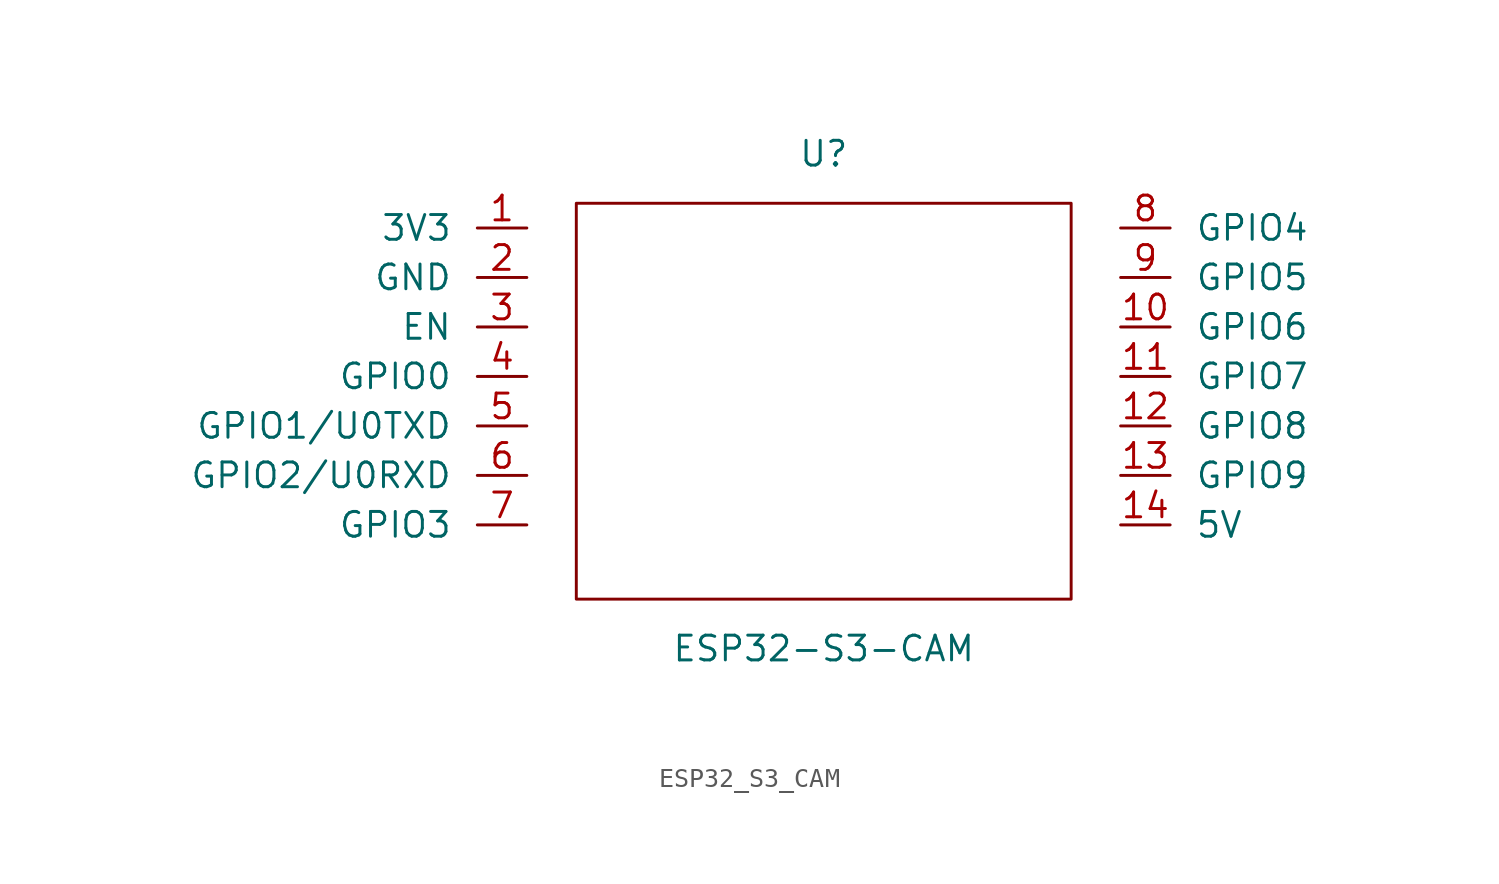
<source format=kicad_sym>
(kicad_symbol_lib
  (version 20211014)
  (generator "ChatGPT-APS")
  (symbol "ESP32_S3_CAM"
    (pin_names
      (offset 1.27))
    (property "Reference" "U"
      (at 0 12.7 0)
      (effects (font (size 1.27 1.27))))
    (property "Value" "ESP32-S3-CAM"
      (at 0 -12.7 0)
      (effects (font (size 1.27 1.27))))
    (property "Footprint" ""
      (at 0 -15.24 0)
      (effects (font (size 1.27 1.27))))
    (symbol "ESP32_S3_CAM_0_1"
      (rectangle (start -12.7 10.16) (end 12.7 -10.16) (stroke (width 0.15) (type default)) (fill (type none)))
      (pin input line (at -15.24 8.89 180) (length 2.54) (name "3V3") (number "1"))
      (pin input line (at -15.24 6.35 180) (length 2.54) (name "GND") (number "2"))
      (pin input line (at -15.24 3.81 180) (length 2.54) (name "EN") (number "3"))
      (pin input line (at -15.24 1.27 180) (length 2.54) (name "GPIO0") (number "4"))
      (pin input line (at -15.24 -1.27 180) (length 2.54) (name "GPIO1/U0TXD") (number "5"))
      (pin input line (at -15.24 -3.81 180) (length 2.54) (name "GPIO2/U0RXD") (number "6"))
      (pin input line (at -15.24 -6.35 180) (length 2.54) (name "GPIO3") (number "7"))
      (pin input line (at 15.24 8.89 0) (length 2.54) (name "GPIO4") (number "8"))
      (pin input line (at 15.24 6.35 0) (length 2.54) (name "GPIO5") (number "9"))
      (pin input line (at 15.24 3.81 0) (length 2.54) (name "GPIO6") (number "10"))
      (pin input line (at 15.24 1.27 0) (length 2.54) (name "GPIO7") (number "11"))
      (pin input line (at 15.24 -1.27 0) (length 2.54) (name "GPIO8") (number "12"))
      (pin input line (at 15.24 -3.81 0) (length 2.54) (name "GPIO9") (number "13"))
      (pin input line (at 15.24 -6.35 0) (length 2.54) (name "5V") (number "14")))))
</source>
